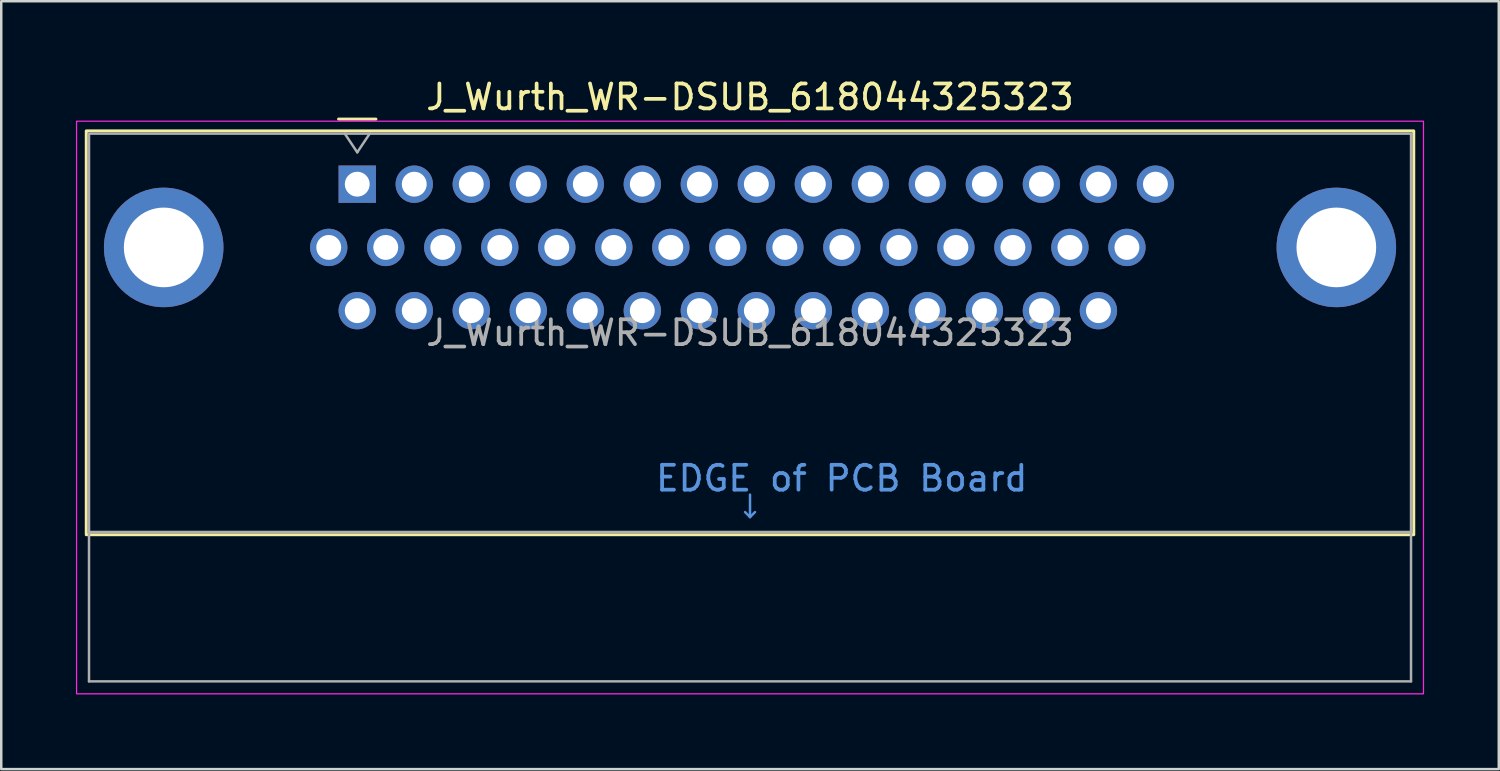
<source format=kicad_pcb>
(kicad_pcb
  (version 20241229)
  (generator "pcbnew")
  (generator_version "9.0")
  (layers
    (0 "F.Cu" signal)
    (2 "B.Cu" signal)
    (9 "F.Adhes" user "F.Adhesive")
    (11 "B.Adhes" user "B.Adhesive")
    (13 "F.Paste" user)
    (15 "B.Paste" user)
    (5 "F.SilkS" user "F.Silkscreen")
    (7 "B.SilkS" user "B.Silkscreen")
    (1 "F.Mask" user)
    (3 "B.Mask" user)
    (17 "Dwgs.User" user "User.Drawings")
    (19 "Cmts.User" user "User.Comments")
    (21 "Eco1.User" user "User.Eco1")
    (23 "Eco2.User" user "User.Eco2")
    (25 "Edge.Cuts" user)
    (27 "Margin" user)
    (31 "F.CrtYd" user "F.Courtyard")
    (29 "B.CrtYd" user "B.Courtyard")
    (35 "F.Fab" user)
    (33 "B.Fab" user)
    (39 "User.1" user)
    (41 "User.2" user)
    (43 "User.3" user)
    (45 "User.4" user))
  (footprint "J_Wurth_WR-DSUB_618044325323"
    (layer "F.Cu")
    (at 11.299 4.348)
    (property "Reference" "J_Wurth_WR-DSUB_618044325323" (at 15.776 -3.5 0) (unlocked yes) (layer "F.SilkS") (effects (font (size 1 1) (thickness 0.15))))
    (attr through_hole)
    (fp_line (start 0.75 -2.615) (end -0.75 -2.615) (stroke (width 0.12) (type solid)) (layer "F.SilkS"))
    (fp_rect (start -10.884 -2.14) (end 42.436 14.08) (stroke (width 0.12) (type solid)) (fill no) (layer "F.SilkS"))
    (fp_line (start 15.776 12.47) (end 15.776 13.37) (stroke (width 0.1) (type solid)) (layer "Cmts.User"))
    (fp_line (start 15.776 13.37) (end 15.576 13.17) (stroke (width 0.1) (type solid)) (layer "Cmts.User"))
    (fp_line (start 15.776 13.37) (end 15.976 13.17) (stroke (width 0.1) (type solid)) (layer "Cmts.User"))
    (fp_rect (start -11.274 -2.53) (end 42.826 20.47) (stroke (width 0.05) (type solid)) (fill no) (layer "F.CrtYd"))
    (fp_line (start -10.774 19.97) (end -10.774 13.97) (stroke (width 0.1) (type solid)) (layer "F.Fab"))
    (fp_line (start 0 -1.28) (end -0.5 -2.03) (stroke (width 0.1) (type solid)) (layer "F.Fab"))
    (fp_line (start 0 -1.28) (end 0.5 -2.03) (stroke (width 0.1) (type solid)) (layer "F.Fab"))
    (fp_line (start 42.326 13.97) (end 42.326 19.97) (stroke (width 0.1) (type solid)) (layer "F.Fab"))
    (fp_line (start 42.326 19.97) (end -10.774 19.97) (stroke (width 0.1) (type solid)) (layer "F.Fab"))
    (fp_rect (start -10.774 -2.03) (end 42.326 13.97) (stroke (width 0.1) (type solid)) (fill no) (layer "F.Fab"))
    (fp_text user " EDGE of PCB Board" (at 11.146 12.4 0) (unlocked yes) (layer "Cmts.User") (effects (font (size 1 1) (thickness 0.15)) (justify left bottom)))
    (fp_text user "${REFERENCE}" (at 15.776 5.97 0) (unlocked yes) (layer "F.Fab") (effects (font (size 1 1) (thickness 0.15))))
    (pad "1" thru_hole rect (at 0 0) (size 1.5 1.5) (drill 1) (layers "*.Cu" "*.Mask"))
    (pad "2" thru_hole circle (at 2.29 0) (size 1.5 1.5) (drill 1) (layers "*.Cu" "*.Mask"))
    (pad "3" thru_hole circle (at 4.58 0) (size 1.5 1.5) (drill 1) (layers "*.Cu" "*.Mask"))
    (pad "4" thru_hole circle (at 6.87 0) (size 1.5 1.5) (drill 1) (layers "*.Cu" "*.Mask"))
    (pad "5" thru_hole circle (at 9.16 0) (size 1.5 1.5) (drill 1) (layers "*.Cu" "*.Mask"))
    (pad "6" thru_hole circle (at 11.45 0) (size 1.5 1.5) (drill 1) (layers "*.Cu" "*.Mask"))
    (pad "7" thru_hole circle (at 13.74 0) (size 1.5 1.5) (drill 1) (layers "*.Cu" "*.Mask"))
    (pad "8" thru_hole circle (at 16.03 0) (size 1.5 1.5) (drill 1) (layers "*.Cu" "*.Mask"))
    (pad "9" thru_hole circle (at 18.32 0) (size 1.5 1.5) (drill 1) (layers "*.Cu" "*.Mask"))
    (pad "10" thru_hole circle (at 20.61 0) (size 1.5 1.5) (drill 1) (layers "*.Cu" "*.Mask"))
    (pad "11" thru_hole circle (at 22.9 0) (size 1.5 1.5) (drill 1) (layers "*.Cu" "*.Mask"))
    (pad "12" thru_hole circle (at 25.19 0) (size 1.5 1.5) (drill 1) (layers "*.Cu" "*.Mask"))
    (pad "13" thru_hole circle (at 27.48 0) (size 1.5 1.5) (drill 1) (layers "*.Cu" "*.Mask"))
    (pad "14" thru_hole circle (at 29.77 0) (size 1.5 1.5) (drill 1) (layers "*.Cu" "*.Mask"))
    (pad "15" thru_hole circle (at 32.06 0) (size 1.5 1.5) (drill 1) (layers "*.Cu" "*.Mask"))
    (pad "16" thru_hole circle (at -1.145 2.54) (size 1.5 1.5) (drill 1) (layers "*.Cu" "*.Mask"))
    (pad "17" thru_hole circle (at 1.145 2.54) (size 1.5 1.5) (drill 1) (layers "*.Cu" "*.Mask"))
    (pad "18" thru_hole circle (at 3.435 2.54) (size 1.5 1.5) (drill 1) (layers "*.Cu" "*.Mask"))
    (pad "19" thru_hole circle (at 5.725 2.54) (size 1.5 1.5) (drill 1) (layers "*.Cu" "*.Mask"))
    (pad "20" thru_hole circle (at 8.015 2.54) (size 1.5 1.5) (drill 1) (layers "*.Cu" "*.Mask"))
    (pad "21" thru_hole circle (at 10.305 2.54) (size 1.5 1.5) (drill 1) (layers "*.Cu" "*.Mask"))
    (pad "22" thru_hole circle (at 12.595 2.54) (size 1.5 1.5) (drill 1) (layers "*.Cu" "*.Mask"))
    (pad "23" thru_hole circle (at 14.885 2.54) (size 1.5 1.5) (drill 1) (layers "*.Cu" "*.Mask"))
    (pad "24" thru_hole circle (at 17.175 2.54) (size 1.5 1.5) (drill 1) (layers "*.Cu" "*.Mask"))
    (pad "25" thru_hole circle (at 19.465 2.54) (size 1.5 1.5) (drill 1) (layers "*.Cu" "*.Mask"))
    (pad "26" thru_hole circle (at 21.755 2.54) (size 1.5 1.5) (drill 1) (layers "*.Cu" "*.Mask"))
    (pad "27" thru_hole circle (at 24.045 2.54) (size 1.5 1.5) (drill 1) (layers "*.Cu" "*.Mask"))
    (pad "28" thru_hole circle (at 26.335 2.54) (size 1.5 1.5) (drill 1) (layers "*.Cu" "*.Mask"))
    (pad "29" thru_hole circle (at 28.625 2.54) (size 1.5 1.5) (drill 1) (layers "*.Cu" "*.Mask"))
    (pad "30" thru_hole circle (at 30.915 2.54) (size 1.5 1.5) (drill 1) (layers "*.Cu" "*.Mask"))
    (pad "31" thru_hole circle (at 0 5.08) (size 1.5 1.5) (drill 1) (layers "*.Cu" "*.Mask"))
    (pad "32" thru_hole circle (at 2.29 5.08) (size 1.5 1.5) (drill 1) (layers "*.Cu" "*.Mask"))
    (pad "33" thru_hole circle (at 4.58 5.08) (size 1.5 1.5) (drill 1) (layers "*.Cu" "*.Mask"))
    (pad "34" thru_hole circle (at 6.87 5.08) (size 1.5 1.5) (drill 1) (layers "*.Cu" "*.Mask"))
    (pad "35" thru_hole circle (at 9.16 5.08) (size 1.5 1.5) (drill 1) (layers "*.Cu" "*.Mask"))
    (pad "36" thru_hole circle (at 11.45 5.08) (size 1.5 1.5) (drill 1) (layers "*.Cu" "*.Mask"))
    (pad "37" thru_hole circle (at 13.74 5.08) (size 1.5 1.5) (drill 1) (layers "*.Cu" "*.Mask"))
    (pad "38" thru_hole circle (at 16.03 5.08) (size 1.5 1.5) (drill 1) (layers "*.Cu" "*.Mask"))
    (pad "39" thru_hole circle (at 18.32 5.08) (size 1.5 1.5) (drill 1) (layers "*.Cu" "*.Mask"))
    (pad "40" thru_hole circle (at 20.61 5.08) (size 1.5 1.5) (drill 1) (layers "*.Cu" "*.Mask"))
    (pad "41" thru_hole circle (at 22.9 5.08) (size 1.5 1.5) (drill 1) (layers "*.Cu" "*.Mask"))
    (pad "42" thru_hole circle (at 25.19 5.08) (size 1.5 1.5) (drill 1) (layers "*.Cu" "*.Mask"))
    (pad "43" thru_hole circle (at 27.48 5.08) (size 1.5 1.5) (drill 1) (layers "*.Cu" "*.Mask"))
    (pad "44" thru_hole circle (at 29.77 5.08) (size 1.5 1.5) (drill 1) (layers "*.Cu" "*.Mask"))
    (pad "S1" thru_hole circle (at -7.774 2.54) (size 4.8 4.8) (drill 3.2) (layers "*.Cu" "*.Mask"))
    (pad "S2" thru_hole circle (at 39.326 2.54) (size 4.8 4.8) (drill 3.2) (layers "*.Cu" "*.Mask")))
  (gr_rect
    (start -3 -3)
    (end 57.15 27.843)
    (stroke (width 0.1) (type default))
    (fill no)
    (layer "Edge.Cuts")))
</source>
